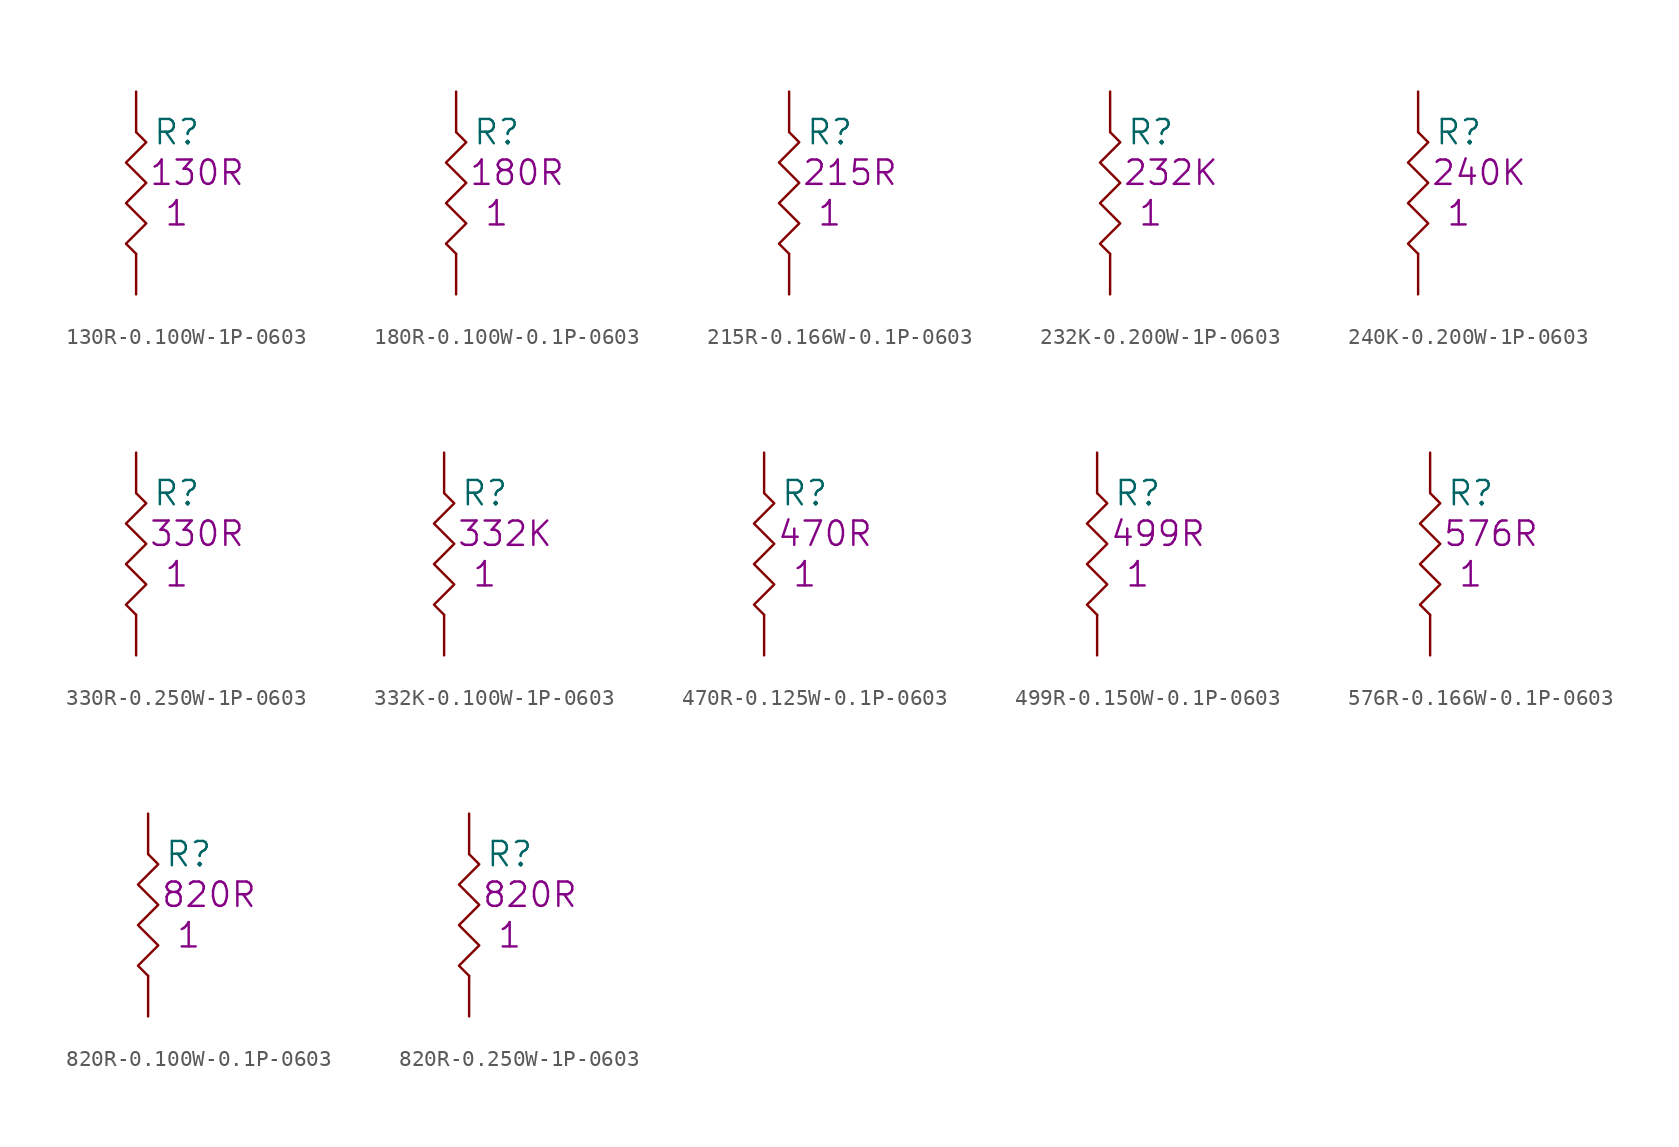
<source format=kicad_sym>
(kicad_symbol_lib
  (version 20201005)
  (generator kicad_symbol_editor)
  (symbol "S_Resistor_0603:130R-0.100W-1P-0603"
    (pin_numbers hide)
    (pin_names
      (offset 1.27) hide)
    (property "Reference" "R"
      (at 2.54 -2.54 0)
      (effects (font (size 1.524 1.524))))
    (property "Datasheet" ""
      (at 0 0 0)
      (effects (font (size 1.524 1.524))))
    (property "Qty" "1"
      (at 2.54 -7.62 0)
      (effects (font (size 1.524 1.524))))
    (property "Desc1" "130R"
      (at 3.81 -5.08 0)
      (effects (font (size 1.524 1.524))))
    (symbol "130R-0.100W-1P-0603_0_1"
      (polyline (pts (xy 0 -2.54) (xy 0.635 -3.175) (xy -0.635 -4.445) (xy 0.635 -5.715) (xy -0.635 -6.985) (xy 0.635 -8.255) (xy -0.635 -9.525) (xy 0 -10.16)) (stroke (width 0)) (fill (type none))))
    (symbol "130R-0.100W-1P-0603_1_1"
      (pin passive line (at 0 0 270) (length 2.54) (name "1" (effects (font (size 1.27 1.27)))) (number "1" (effects (font (size 1.27 1.27)))))
      (pin passive line (at 0 -12.7 90) (length 2.54) (name "2" (effects (font (size 1.27 1.27)))) (number "2" (effects (font (size 1.27 1.27)))))))
  (symbol "S_Resistor_0603:180R-0.100W-0.1P-0603"
    (pin_numbers hide)
    (pin_names
      (offset 1.27) hide)
    (property "Reference" "R"
      (at 2.54 -2.54 0)
      (effects (font (size 1.524 1.524))))
    (property "Datasheet" ""
      (at 0 0 0)
      (effects (font (size 1.524 1.524))))
    (property "Qty" "1"
      (at 2.54 -7.62 0)
      (effects (font (size 1.524 1.524))))
    (property "Desc1" "180R"
      (at 3.81 -5.08 0)
      (effects (font (size 1.524 1.524))))
    (symbol "180R-0.100W-0.1P-0603_0_1"
      (polyline (pts (xy 0 -2.54) (xy 0.635 -3.175) (xy -0.635 -4.445) (xy 0.635 -5.715) (xy -0.635 -6.985) (xy 0.635 -8.255) (xy -0.635 -9.525) (xy 0 -10.16)) (stroke (width 0)) (fill (type none))))
    (symbol "180R-0.100W-0.1P-0603_1_1"
      (pin passive line (at 0 0 270) (length 2.54) (name "1" (effects (font (size 1.27 1.27)))) (number "1" (effects (font (size 1.27 1.27)))))
      (pin passive line (at 0 -12.7 90) (length 2.54) (name "2" (effects (font (size 1.27 1.27)))) (number "2" (effects (font (size 1.27 1.27)))))))
  (symbol "S_Resistor_0603:215R-0.166W-0.1P-0603"
    (pin_numbers hide)
    (pin_names
      (offset 1.27) hide)
    (property "Reference" "R"
      (at 2.54 -2.54 0)
      (effects (font (size 1.524 1.524))))
    (property "Datasheet" ""
      (at 0 0 0)
      (effects (font (size 1.524 1.524))))
    (property "Qty" "1"
      (at 2.54 -7.62 0)
      (effects (font (size 1.524 1.524))))
    (property "Desc1" "215R"
      (at 3.81 -5.08 0)
      (effects (font (size 1.524 1.524))))
    (symbol "215R-0.166W-0.1P-0603_0_1"
      (polyline (pts (xy 0 -2.54) (xy 0.635 -3.175) (xy -0.635 -4.445) (xy 0.635 -5.715) (xy -0.635 -6.985) (xy 0.635 -8.255) (xy -0.635 -9.525) (xy 0 -10.16)) (stroke (width 0)) (fill (type none))))
    (symbol "215R-0.166W-0.1P-0603_1_1"
      (pin passive line (at 0 0 270) (length 2.54) (name "1" (effects (font (size 1.27 1.27)))) (number "1" (effects (font (size 1.27 1.27)))))
      (pin passive line (at 0 -12.7 90) (length 2.54) (name "2" (effects (font (size 1.27 1.27)))) (number "2" (effects (font (size 1.27 1.27)))))))
  (symbol "S_Resistor_0603:232K-0.200W-1P-0603"
    (pin_numbers hide)
    (pin_names
      (offset 1.27) hide)
    (property "Reference" "R"
      (at 2.54 -2.54 0)
      (effects (font (size 1.524 1.524))))
    (property "Datasheet" ""
      (at 0 0 0)
      (effects (font (size 1.524 1.524))))
    (property "Qty" "1"
      (at 2.54 -7.62 0)
      (effects (font (size 1.524 1.524))))
    (property "Desc1" "232K"
      (at 3.81 -5.08 0)
      (effects (font (size 1.524 1.524))))
    (symbol "232K-0.200W-1P-0603_0_1"
      (polyline (pts (xy 0 -2.54) (xy 0.635 -3.175) (xy -0.635 -4.445) (xy 0.635 -5.715) (xy -0.635 -6.985) (xy 0.635 -8.255) (xy -0.635 -9.525) (xy 0 -10.16)) (stroke (width 0)) (fill (type none))))
    (symbol "232K-0.200W-1P-0603_1_1"
      (pin passive line (at 0 0 270) (length 2.54) (name "1" (effects (font (size 1.27 1.27)))) (number "1" (effects (font (size 1.27 1.27)))))
      (pin passive line (at 0 -12.7 90) (length 2.54) (name "2" (effects (font (size 1.27 1.27)))) (number "2" (effects (font (size 1.27 1.27)))))))
  (symbol "S_Resistor_0603:240K-0.200W-1P-0603"
    (pin_numbers hide)
    (pin_names
      (offset 1.27) hide)
    (property "Reference" "R"
      (at 2.54 -2.54 0)
      (effects (font (size 1.524 1.524))))
    (property "Datasheet" ""
      (at 0 0 0)
      (effects (font (size 1.524 1.524))))
    (property "Qty" "1"
      (at 2.54 -7.62 0)
      (effects (font (size 1.524 1.524))))
    (property "Desc1" "240K"
      (at 3.81 -5.08 0)
      (effects (font (size 1.524 1.524))))
    (symbol "240K-0.200W-1P-0603_0_1"
      (polyline (pts (xy 0 -2.54) (xy 0.635 -3.175) (xy -0.635 -4.445) (xy 0.635 -5.715) (xy -0.635 -6.985) (xy 0.635 -8.255) (xy -0.635 -9.525) (xy 0 -10.16)) (stroke (width 0)) (fill (type none))))
    (symbol "240K-0.200W-1P-0603_1_1"
      (pin passive line (at 0 0 270) (length 2.54) (name "1" (effects (font (size 1.27 1.27)))) (number "1" (effects (font (size 1.27 1.27)))))
      (pin passive line (at 0 -12.7 90) (length 2.54) (name "2" (effects (font (size 1.27 1.27)))) (number "2" (effects (font (size 1.27 1.27)))))))
  (symbol "S_Resistor_0603:330R-0.250W-1P-0603"
    (pin_numbers hide)
    (pin_names
      (offset 1.27) hide)
    (property "Reference" "R"
      (at 2.54 -2.54 0)
      (effects (font (size 1.524 1.524))))
    (property "Datasheet" ""
      (at 0 0 0)
      (effects (font (size 1.524 1.524))))
    (property "Qty" "1"
      (at 2.54 -7.62 0)
      (effects (font (size 1.524 1.524))))
    (property "Desc1" "330R"
      (at 3.81 -5.08 0)
      (effects (font (size 1.524 1.524))))
    (symbol "330R-0.250W-1P-0603_0_1"
      (polyline (pts (xy 0 -2.54) (xy 0.635 -3.175) (xy -0.635 -4.445) (xy 0.635 -5.715) (xy -0.635 -6.985) (xy 0.635 -8.255) (xy -0.635 -9.525) (xy 0 -10.16)) (stroke (width 0)) (fill (type none))))
    (symbol "330R-0.250W-1P-0603_1_1"
      (pin passive line (at 0 0 270) (length 2.54) (name "1" (effects (font (size 1.27 1.27)))) (number "1" (effects (font (size 1.27 1.27)))))
      (pin passive line (at 0 -12.7 90) (length 2.54) (name "2" (effects (font (size 1.27 1.27)))) (number "2" (effects (font (size 1.27 1.27)))))))
  (symbol "S_Resistor_0603:332K-0.100W-1P-0603"
    (pin_numbers hide)
    (pin_names
      (offset 1.27) hide)
    (property "Reference" "R"
      (at 2.54 -2.54 0)
      (effects (font (size 1.524 1.524))))
    (property "Datasheet" ""
      (at 0 0 0)
      (effects (font (size 1.524 1.524))))
    (property "Qty" "1"
      (at 2.54 -7.62 0)
      (effects (font (size 1.524 1.524))))
    (property "Desc1" "332K"
      (at 3.81 -5.08 0)
      (effects (font (size 1.524 1.524))))
    (symbol "332K-0.100W-1P-0603_0_1"
      (polyline (pts (xy 0 -2.54) (xy 0.635 -3.175) (xy -0.635 -4.445) (xy 0.635 -5.715) (xy -0.635 -6.985) (xy 0.635 -8.255) (xy -0.635 -9.525) (xy 0 -10.16)) (stroke (width 0)) (fill (type none))))
    (symbol "332K-0.100W-1P-0603_1_1"
      (pin passive line (at 0 0 270) (length 2.54) (name "1" (effects (font (size 1.27 1.27)))) (number "1" (effects (font (size 1.27 1.27)))))
      (pin passive line (at 0 -12.7 90) (length 2.54) (name "2" (effects (font (size 1.27 1.27)))) (number "2" (effects (font (size 1.27 1.27)))))))
  (symbol "S_Resistor_0603:470R-0.125W-0.1P-0603"
    (pin_numbers hide)
    (pin_names
      (offset 1.27) hide)
    (property "Reference" "R"
      (at 2.54 -2.54 0)
      (effects (font (size 1.524 1.524))))
    (property "Datasheet" ""
      (at 0 0 0)
      (effects (font (size 1.524 1.524))))
    (property "Qty" "1"
      (at 2.54 -7.62 0)
      (effects (font (size 1.524 1.524))))
    (property "Desc1" "470R"
      (at 3.81 -5.08 0)
      (effects (font (size 1.524 1.524))))
    (symbol "470R-0.125W-0.1P-0603_0_1"
      (polyline (pts (xy 0 -2.54) (xy 0.635 -3.175) (xy -0.635 -4.445) (xy 0.635 -5.715) (xy -0.635 -6.985) (xy 0.635 -8.255) (xy -0.635 -9.525) (xy 0 -10.16)) (stroke (width 0)) (fill (type none))))
    (symbol "470R-0.125W-0.1P-0603_1_1"
      (pin passive line (at 0 0 270) (length 2.54) (name "1" (effects (font (size 1.27 1.27)))) (number "1" (effects (font (size 1.27 1.27)))))
      (pin passive line (at 0 -12.7 90) (length 2.54) (name "2" (effects (font (size 1.27 1.27)))) (number "2" (effects (font (size 1.27 1.27)))))))
  (symbol "S_Resistor_0603:499R-0.150W-0.1P-0603"
    (pin_numbers hide)
    (pin_names
      (offset 1.27) hide)
    (property "Reference" "R"
      (at 2.54 -2.54 0)
      (effects (font (size 1.524 1.524))))
    (property "Datasheet" ""
      (at 0 0 0)
      (effects (font (size 1.524 1.524))))
    (property "Qty" "1"
      (at 2.54 -7.62 0)
      (effects (font (size 1.524 1.524))))
    (property "Desc1" "499R"
      (at 3.81 -5.08 0)
      (effects (font (size 1.524 1.524))))
    (symbol "499R-0.150W-0.1P-0603_0_1"
      (polyline (pts (xy 0 -2.54) (xy 0.635 -3.175) (xy -0.635 -4.445) (xy 0.635 -5.715) (xy -0.635 -6.985) (xy 0.635 -8.255) (xy -0.635 -9.525) (xy 0 -10.16)) (stroke (width 0)) (fill (type none))))
    (symbol "499R-0.150W-0.1P-0603_1_1"
      (pin passive line (at 0 0 270) (length 2.54) (name "1" (effects (font (size 1.27 1.27)))) (number "1" (effects (font (size 1.27 1.27)))))
      (pin passive line (at 0 -12.7 90) (length 2.54) (name "2" (effects (font (size 1.27 1.27)))) (number "2" (effects (font (size 1.27 1.27)))))))
  (symbol "S_Resistor_0603:576R-0.166W-0.1P-0603"
    (pin_numbers hide)
    (pin_names
      (offset 1.27) hide)
    (property "Reference" "R"
      (at 2.54 -2.54 0)
      (effects (font (size 1.524 1.524))))
    (property "Datasheet" ""
      (at 0 0 0)
      (effects (font (size 1.524 1.524))))
    (property "Qty" "1"
      (at 2.54 -7.62 0)
      (effects (font (size 1.524 1.524))))
    (property "Desc1" "576R"
      (at 3.81 -5.08 0)
      (effects (font (size 1.524 1.524))))
    (symbol "576R-0.166W-0.1P-0603_0_1"
      (polyline (pts (xy 0 -2.54) (xy 0.635 -3.175) (xy -0.635 -4.445) (xy 0.635 -5.715) (xy -0.635 -6.985) (xy 0.635 -8.255) (xy -0.635 -9.525) (xy 0 -10.16)) (stroke (width 0)) (fill (type none))))
    (symbol "576R-0.166W-0.1P-0603_1_1"
      (pin passive line (at 0 0 270) (length 2.54) (name "1" (effects (font (size 1.27 1.27)))) (number "1" (effects (font (size 1.27 1.27)))))
      (pin passive line (at 0 -12.7 90) (length 2.54) (name "2" (effects (font (size 1.27 1.27)))) (number "2" (effects (font (size 1.27 1.27)))))))
  (symbol "S_Resistor_0603:820R-0.100W-0.1P-0603"
    (pin_numbers hide)
    (pin_names
      (offset 1.27) hide)
    (property "Reference" "R"
      (at 2.54 -2.54 0)
      (effects (font (size 1.524 1.524))))
    (property "Datasheet" ""
      (at 0 0 0)
      (effects (font (size 1.524 1.524))))
    (property "Qty" "1"
      (at 2.54 -7.62 0)
      (effects (font (size 1.524 1.524))))
    (property "Desc1" "820R"
      (at 3.81 -5.08 0)
      (effects (font (size 1.524 1.524))))
    (symbol "820R-0.100W-0.1P-0603_0_1"
      (polyline (pts (xy 0 -2.54) (xy 0.635 -3.175) (xy -0.635 -4.445) (xy 0.635 -5.715) (xy -0.635 -6.985) (xy 0.635 -8.255) (xy -0.635 -9.525) (xy 0 -10.16)) (stroke (width 0)) (fill (type none))))
    (symbol "820R-0.100W-0.1P-0603_1_1"
      (pin passive line (at 0 0 270) (length 2.54) (name "1" (effects (font (size 1.27 1.27)))) (number "1" (effects (font (size 1.27 1.27)))))
      (pin passive line (at 0 -12.7 90) (length 2.54) (name "2" (effects (font (size 1.27 1.27)))) (number "2" (effects (font (size 1.27 1.27)))))))
  (symbol "S_Resistor_0603:820R-0.250W-1P-0603"
    (pin_numbers hide)
    (pin_names
      (offset 1.27) hide)
    (property "Reference" "R"
      (at 2.54 -2.54 0)
      (effects (font (size 1.524 1.524))))
    (property "Datasheet" ""
      (at 0 0 0)
      (effects (font (size 1.524 1.524))))
    (property "Qty" "1"
      (at 2.54 -7.62 0)
      (effects (font (size 1.524 1.524))))
    (property "Desc1" "820R"
      (at 3.81 -5.08 0)
      (effects (font (size 1.524 1.524))))
    (symbol "820R-0.250W-1P-0603_0_1"
      (polyline (pts (xy 0 -2.54) (xy 0.635 -3.175) (xy -0.635 -4.445) (xy 0.635 -5.715) (xy -0.635 -6.985) (xy 0.635 -8.255) (xy -0.635 -9.525) (xy 0 -10.16)) (stroke (width 0)) (fill (type none))))
    (symbol "820R-0.250W-1P-0603_1_1"
      (pin passive line (at 0 0 270) (length 2.54) (name "1" (effects (font (size 1.27 1.27)))) (number "1" (effects (font (size 1.27 1.27)))))
      (pin passive line (at 0 -12.7 90) (length 2.54) (name "2" (effects (font (size 1.27 1.27)))) (number "2" (effects (font (size 1.27 1.27))))))))
</source>
